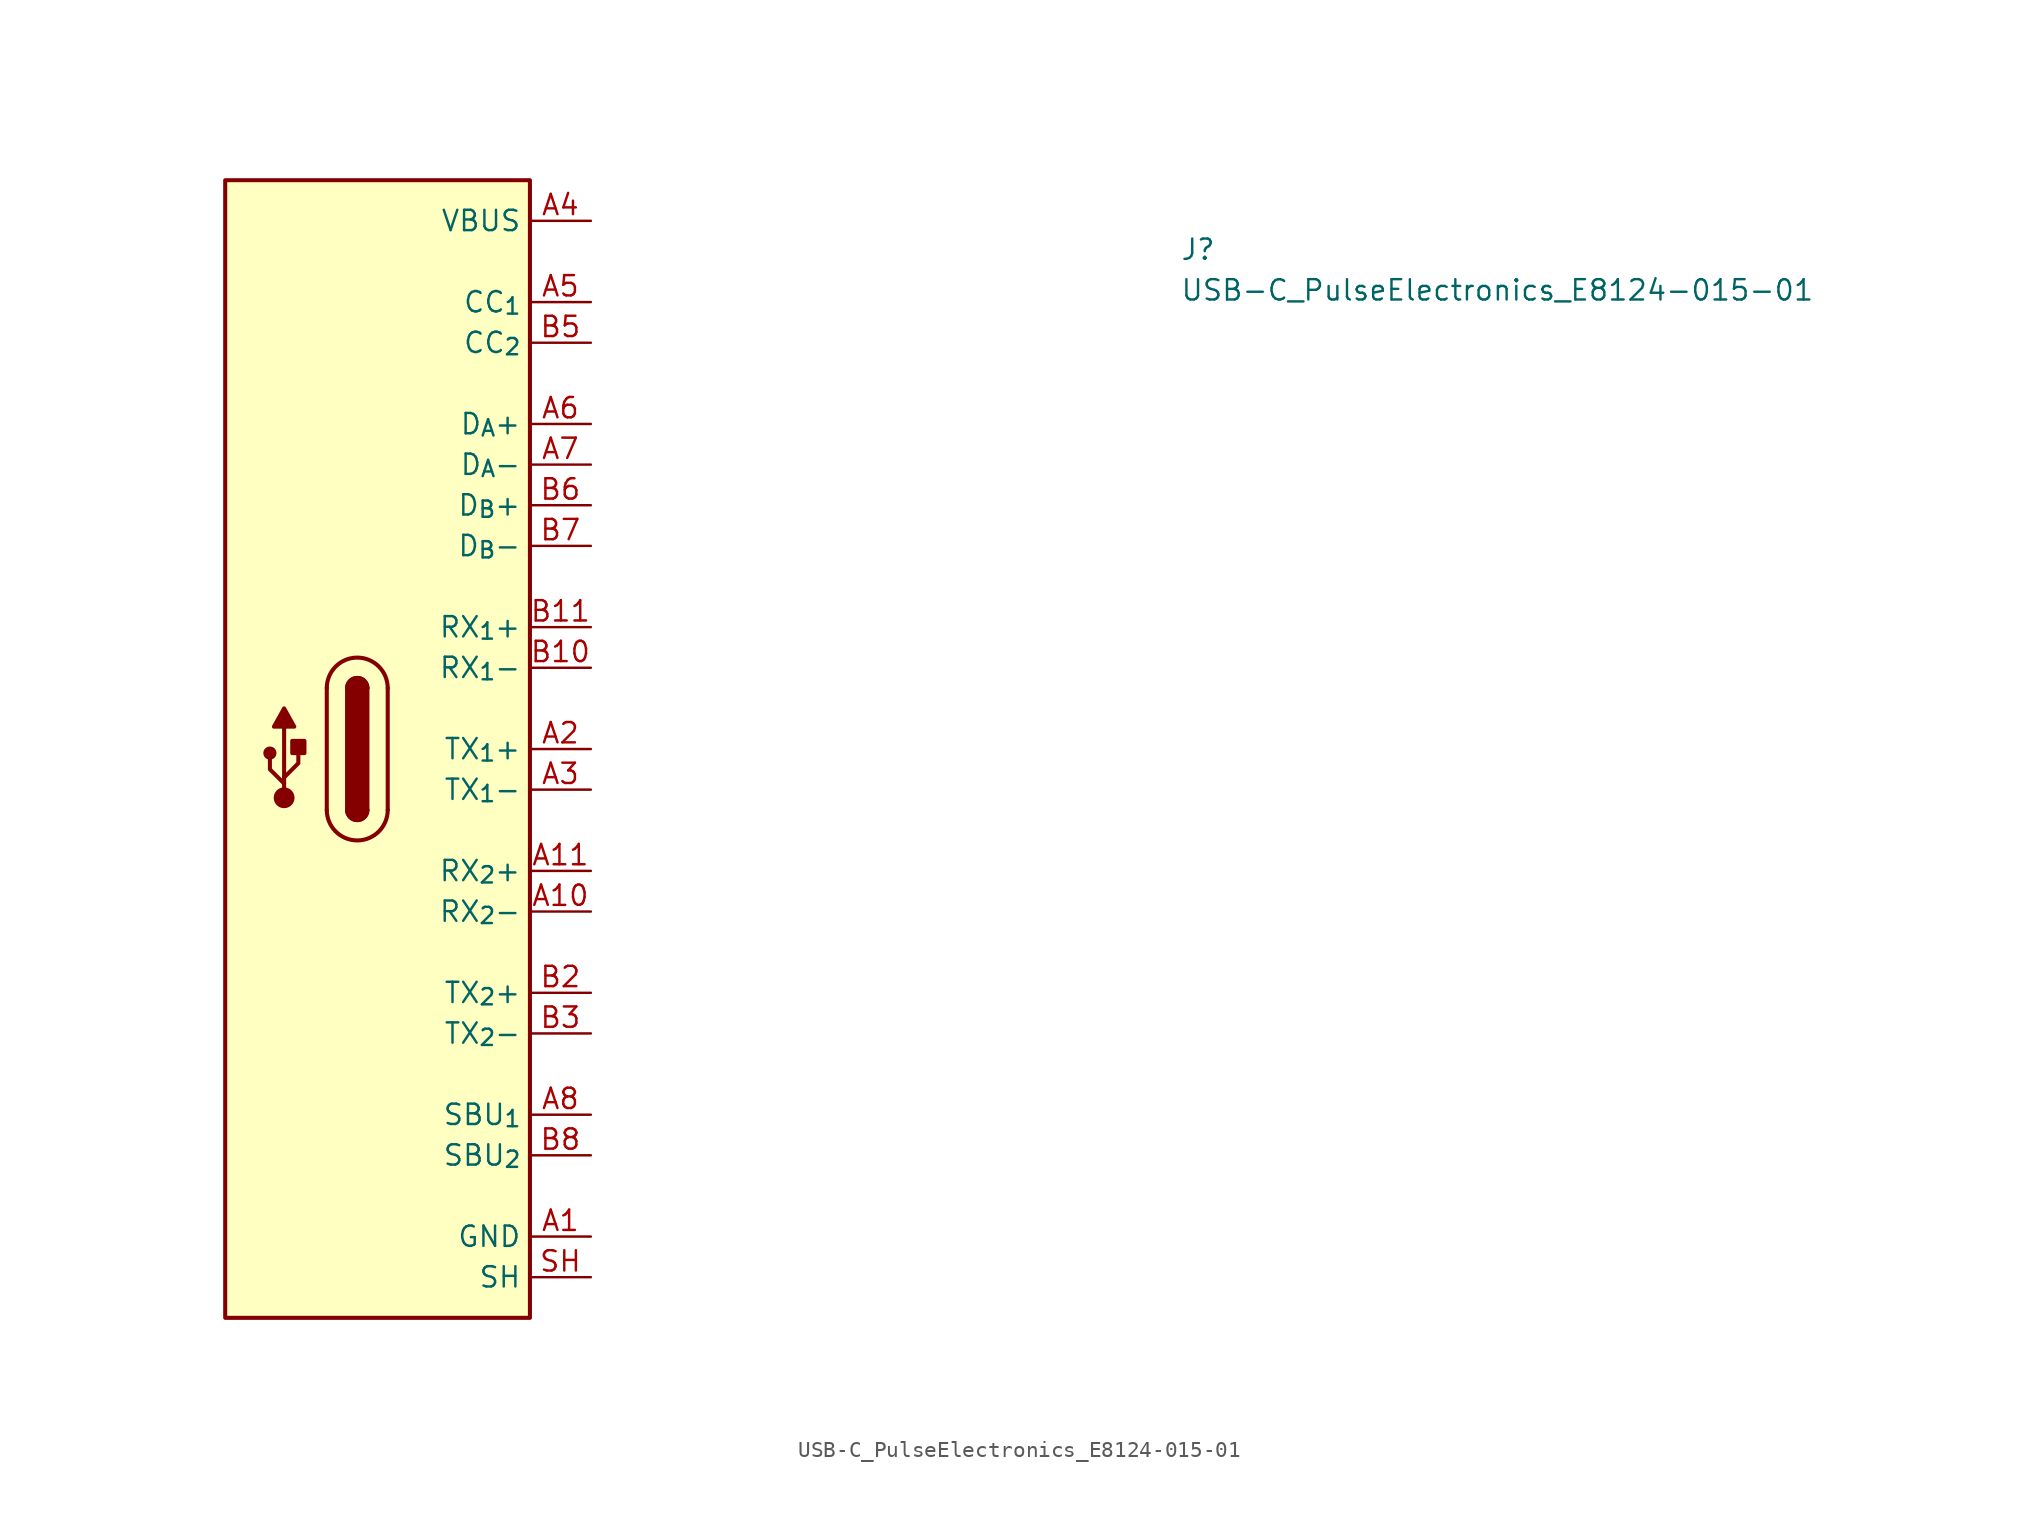
<source format=kicad_sym>
(kicad_symbol_lib
  (version 20220914)
  (generator kicad_symbol_editor)
  (symbol "USB-C_PulseElectronics_E8124-015-01"
    (property "Reference" "J"
      (at 36.83 -2.54 0)
      (effects (font (size 1.27 1.27) (thickness 0.15)) (justify left bottom)))
    (property "Value" "USB-C_PulseElectronics_E8124-015-01"
      (at 36.83 -5.08 0)
      (effects (font (size 1.27 1.27) (thickness 0.15)) (justify left bottom)))
    (symbol "USB-C_PulseElectronics_E8124-015-01_1_1"
      (rectangle (start -22.86 -68.58) (end -3.81 2.54) (stroke (width 0.254) (type default)) (fill (type background)))
      (circle (center -20.066 -33.274) (radius 0.284) (stroke (width 0.254) (type default)) (fill (type outline)))
      (circle (center -19.177 -36.068) (radius 0.524) (stroke (width 0.254) (type default)) (fill (type outline)))
      (rectangle (start -18.669 -33.274) (end -17.907 -32.512) (stroke (width 0.254) (type default)) (fill (type outline)))
      (arc (start -16.51 -36.83) (mid -14.605 -38.7267) (end -12.7 -36.83) (stroke (width 0.254) (type default)) (fill (type background)))
      (arc (start -15.24 -36.83) (mid -14.605 -37.4623) (end -13.97 -36.83) (stroke (width 0.254) (type default)) (fill (type outline)))
      (arc (start -15.24 -36.83) (mid -14.605 -37.4623) (end -13.97 -36.83) (stroke (width 0.254) (type default)) (fill (type background)))
      (rectangle (start -15.24 -36.83) (end -13.97 -29.21) (stroke (width 0.254) (type default)) (fill (type outline)))
      (arc (start -13.97 -29.21) (mid -14.605 -28.5777) (end -15.24 -29.21) (stroke (width 0.254) (type default)) (fill (type outline)))
      (arc (start -13.97 -29.21) (mid -14.605 -28.5777) (end -15.24 -29.21) (stroke (width 0.254) (type default)) (fill (type background)))
      (arc (start -12.7 -29.21) (mid -14.605 -27.3133) (end -16.51 -29.21) (stroke (width 0.254) (type default)) (fill (type background)))
      (polyline (pts (xy -19.177 -35.941) (xy -19.177 -31.623)) (stroke (width 0.254) (type default)) (fill (type background)))
      (polyline (pts (xy -16.51 -36.83) (xy -16.51 -29.21)) (stroke (width 0.254) (type default)) (fill (type background)))
      (polyline (pts (xy -12.7 -29.21) (xy -12.7 -36.83)) (stroke (width 0.254) (type default)) (fill (type background)))
      (polyline (pts (xy -19.177 -35.179) (xy -20.066 -34.29) (xy -20.066 -33.655)) (stroke (width 0.254) (type default)) (fill (type background)))
      (polyline (pts (xy -19.177 -34.798) (xy -18.288 -33.909) (xy -18.288 -33.274)) (stroke (width 0.254) (type default)) (fill (type background)))
      (polyline (pts (xy -19.812 -31.623) (xy -19.177 -30.48) (xy -18.542 -31.623) (xy -19.812 -31.623)) (stroke (width 0.254) (type default)) (fill (type outline)))
      (pin power_in line (at 0 -63.5 180) (length 3.81) (name "GND" (effects (font (size 1.27 1.27)))) (number "A1" (effects (font (size 1.27 1.27)))))
      (pin bidirectional line (at 0 -43.18 180) (length 3.81) (name "RX_{2}-" (effects (font (size 1.27 1.27)))) (number "A10" (effects (font (size 1.27 1.27)))))
      (pin bidirectional line (at 0 -40.64 180) (length 3.81) (name "RX_{2}+" (effects (font (size 1.27 1.27)))) (number "A11" (effects (font (size 1.27 1.27)))))
      (pin passive line (at 0 -63.5 180) (length 3.81) hide (name "GND" (effects (font (size 1.27 1.27)))) (number "A12" (effects (font (size 1.27 1.27)))))
      (pin bidirectional line (at 0 -33.02 180) (length 3.81) (name "TX_{1}+" (effects (font (size 1.27 1.27)))) (number "A2" (effects (font (size 1.27 1.27)))))
      (pin bidirectional line (at 0 -35.56 180) (length 3.81) (name "TX_{1}-" (effects (font (size 1.27 1.27)))) (number "A3" (effects (font (size 1.27 1.27)))))
      (pin passive line (at 0 0 180) (length 3.81) (name "VBUS" (effects (font (size 1.27 1.27)))) (number "A4" (effects (font (size 1.27 1.27)))))
      (pin bidirectional line (at 0 -5.08 180) (length 3.81) (name "CC_{1}" (effects (font (size 1.27 1.27)))) (number "A5" (effects (font (size 1.27 1.27)))))
      (pin bidirectional line (at 0 -12.7 180) (length 3.81) (name "D_{A}+" (effects (font (size 1.27 1.27)))) (number "A6" (effects (font (size 1.27 1.27)))))
      (pin bidirectional line (at 0 -15.24 180) (length 3.81) (name "D_{A}-" (effects (font (size 1.27 1.27)))) (number "A7" (effects (font (size 1.27 1.27)))))
      (pin bidirectional line (at 0 -55.88 180) (length 3.81) (name "SBU_{1}" (effects (font (size 1.27 1.27)))) (number "A8" (effects (font (size 1.27 1.27)))))
      (pin passive line (at 0 0 180) (length 3.81) hide (name "VBUS" (effects (font (size 1.27 1.27)))) (number "A9" (effects (font (size 1.27 1.27)))))
      (pin passive line (at 0 -63.5 180) (length 3.81) hide (name "GND" (effects (font (size 1.27 1.27)))) (number "B1" (effects (font (size 1.27 1.27)))))
      (pin bidirectional line (at 0 -27.94 180) (length 3.81) (name "RX_{1}-" (effects (font (size 1.27 1.27)))) (number "B10" (effects (font (size 1.27 1.27)))))
      (pin bidirectional line (at 0 -25.4 180) (length 3.81) (name "RX_{1}+" (effects (font (size 1.27 1.27)))) (number "B11" (effects (font (size 1.27 1.27)))))
      (pin passive line (at 0 -63.5 180) (length 3.81) hide (name "GND" (effects (font (size 1.27 1.27)))) (number "B12" (effects (font (size 1.27 1.27)))))
      (pin bidirectional line (at 0 -48.26 180) (length 3.81) (name "TX_{2}+" (effects (font (size 1.27 1.27)))) (number "B2" (effects (font (size 1.27 1.27)))))
      (pin bidirectional line (at 0 -50.8 180) (length 3.81) (name "TX_{2}-" (effects (font (size 1.27 1.27)))) (number "B3" (effects (font (size 1.27 1.27)))))
      (pin passive line (at 0 0 180) (length 3.81) hide (name "VBUS" (effects (font (size 1.27 1.27)))) (number "B4" (effects (font (size 1.27 1.27)))))
      (pin bidirectional line (at 0 -7.62 180) (length 3.81) (name "CC_{2}" (effects (font (size 1.27 1.27)))) (number "B5" (effects (font (size 1.27 1.27)))))
      (pin bidirectional line (at 0 -17.78 180) (length 3.81) (name "D_{B}+" (effects (font (size 1.27 1.27)))) (number "B6" (effects (font (size 1.27 1.27)))))
      (pin bidirectional line (at 0 -20.32 180) (length 3.81) (name "D_{B}-" (effects (font (size 1.27 1.27)))) (number "B7" (effects (font (size 1.27 1.27)))))
      (pin bidirectional line (at 0 -58.42 180) (length 3.81) (name "SBU_{2}" (effects (font (size 1.27 1.27)))) (number "B8" (effects (font (size 1.27 1.27)))))
      (pin passive line (at 0 0 180) (length 3.81) hide (name "VBUS" (effects (font (size 1.27 1.27)))) (number "B9" (effects (font (size 1.27 1.27)))))
      (pin passive line (at 0 -66.04 180) (length 3.81) (name "SH" (effects (font (size 1.27 1.27)))) (number "SH" (effects (font (size 1.27 1.27))))))))
</source>
